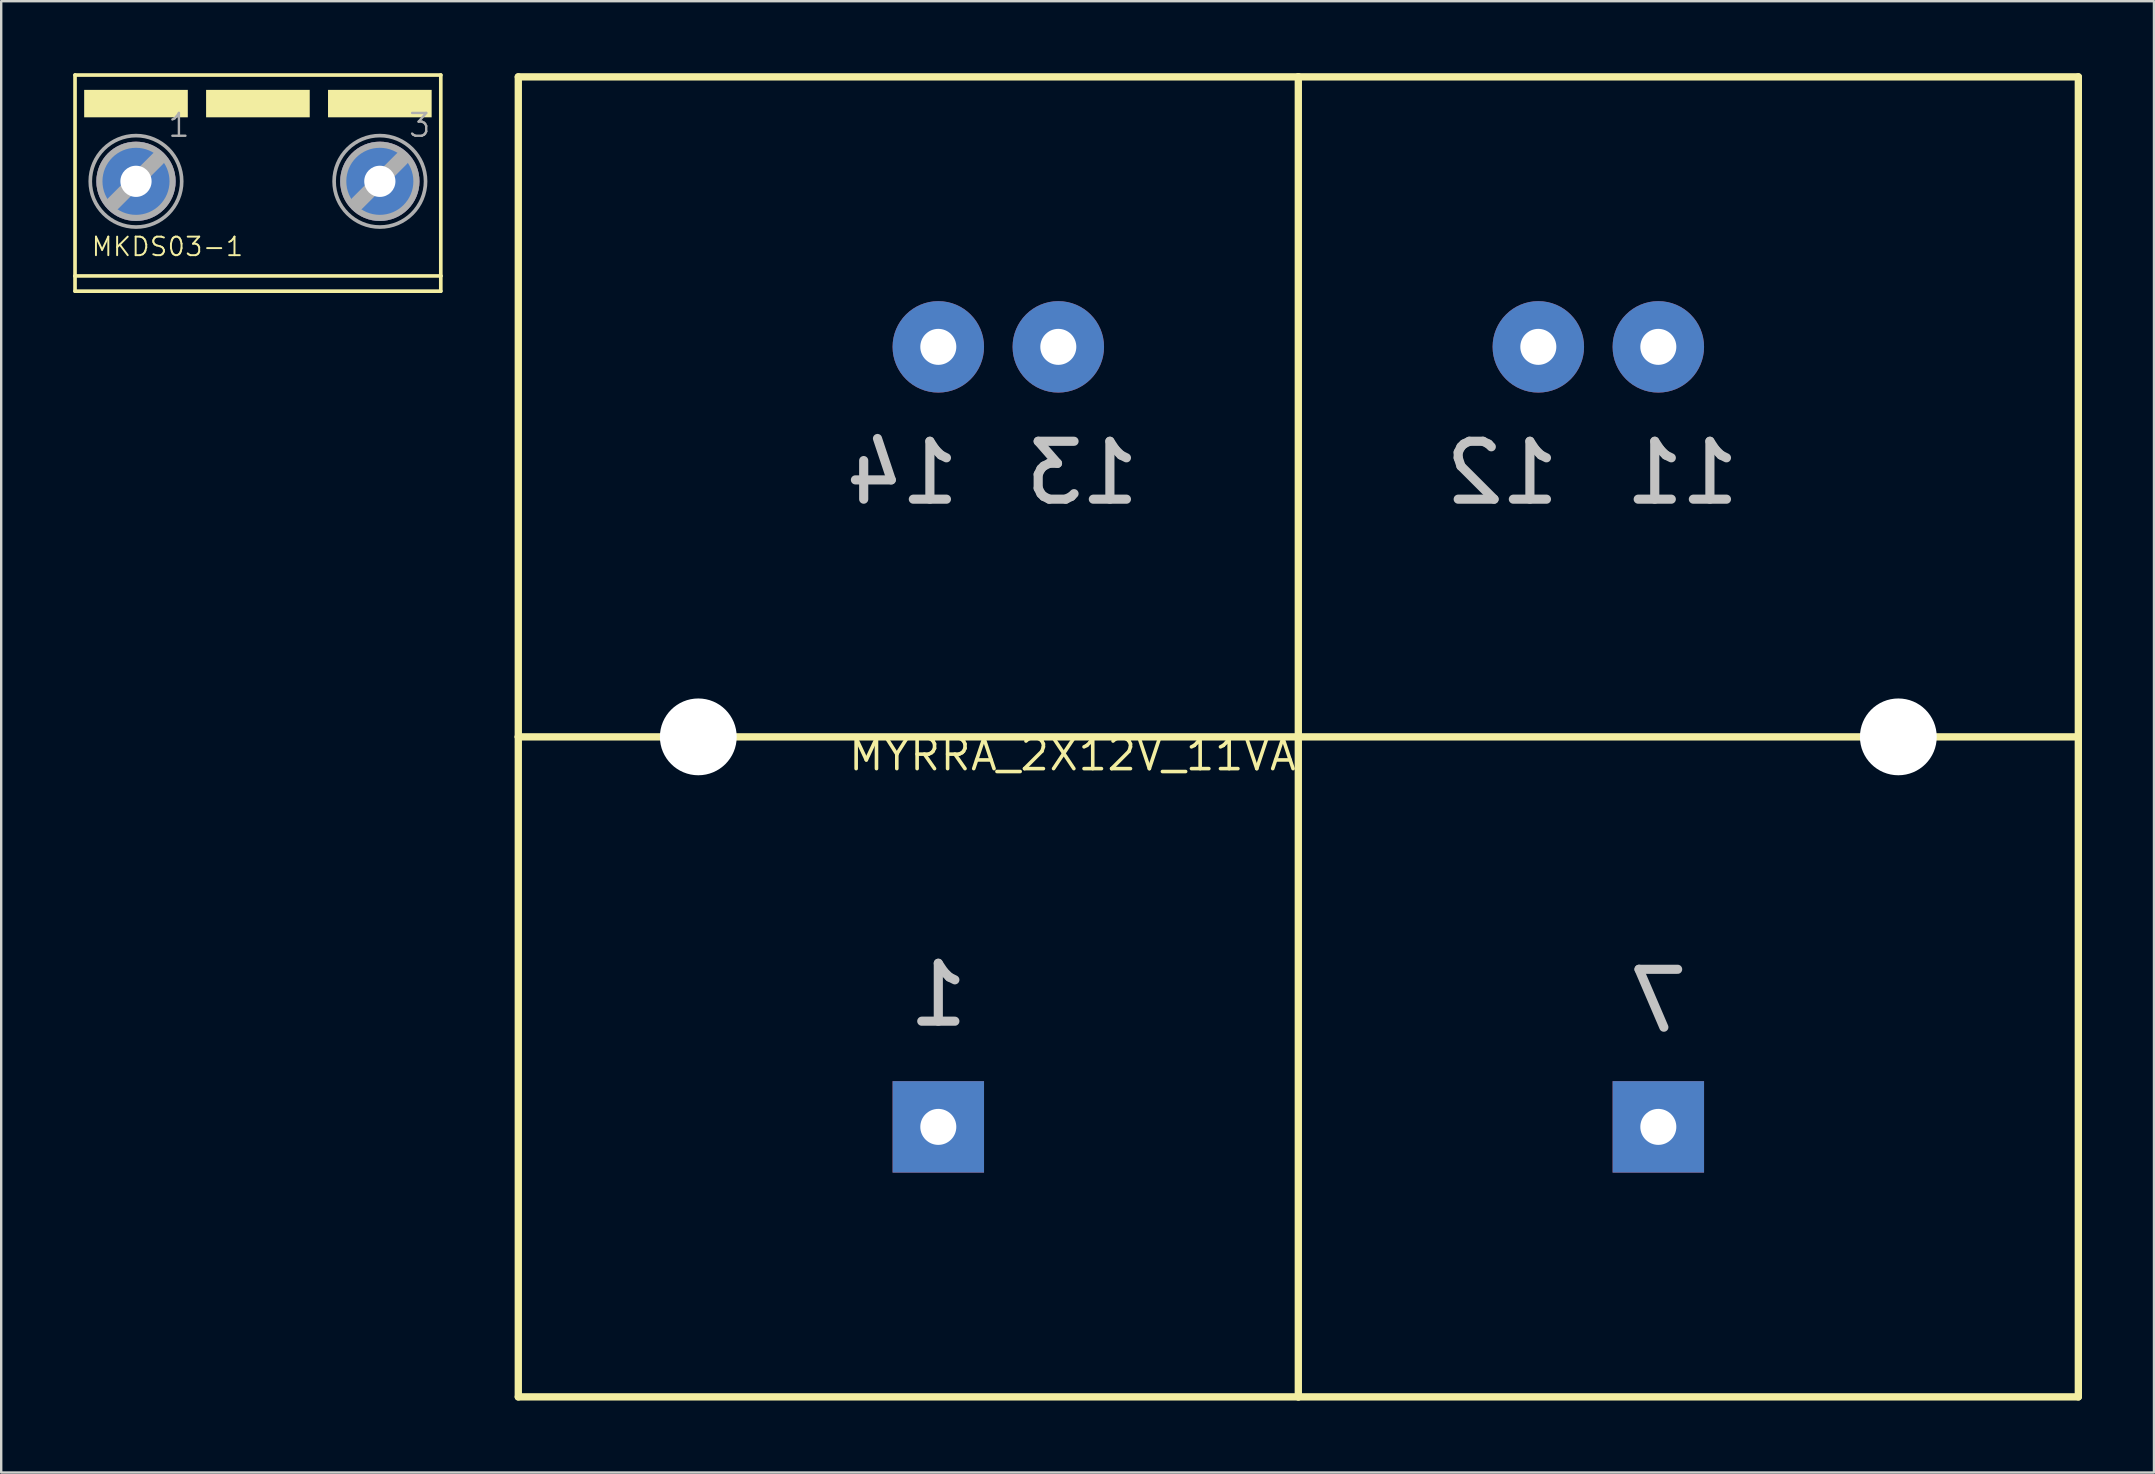
<source format=kicad_pcb>
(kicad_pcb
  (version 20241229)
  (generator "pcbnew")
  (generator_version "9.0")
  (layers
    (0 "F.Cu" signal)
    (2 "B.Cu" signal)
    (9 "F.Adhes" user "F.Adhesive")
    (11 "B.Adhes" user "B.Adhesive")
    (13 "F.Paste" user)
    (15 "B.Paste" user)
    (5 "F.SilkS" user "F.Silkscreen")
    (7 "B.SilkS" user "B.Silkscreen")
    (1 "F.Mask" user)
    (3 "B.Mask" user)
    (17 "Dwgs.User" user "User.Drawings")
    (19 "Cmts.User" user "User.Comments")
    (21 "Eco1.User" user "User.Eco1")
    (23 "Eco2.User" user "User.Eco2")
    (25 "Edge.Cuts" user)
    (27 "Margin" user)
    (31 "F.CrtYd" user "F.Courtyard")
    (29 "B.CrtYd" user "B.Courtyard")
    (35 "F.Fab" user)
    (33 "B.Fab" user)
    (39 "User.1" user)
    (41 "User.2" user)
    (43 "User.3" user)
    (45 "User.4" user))
  (footprint "MYRRA_2X12V_11VA"
    (layer "F.Cu")
    (at 51.045 27.652)
    (property "Reference" "MYRRA_2X12V_11VA" (at 0 0 0) (layer "F.SilkS") (effects (font (size 1.27 1.27) (thickness 0.15)) (justify right top)))
    (attr through_hole)
    (fp_line (start -32.5 0) (end -32.5 -27.5) (stroke (width 0.305) (type solid)) (layer "F.SilkS"))
    (fp_line (start -32.5 27.5) (end -32.5 0) (stroke (width 0.305) (type solid)) (layer "F.SilkS"))
    (fp_line (start -32.5 27.5) (end 0 27.5) (stroke (width 0.305) (type solid)) (layer "F.SilkS"))
    (fp_line (start 0 -27.5) (end -32.5 -27.5) (stroke (width 0.305) (type solid)) (layer "F.SilkS"))
    (fp_line (start 0 27.5) (end 0 -27.5) (stroke (width 0.305) (type solid)) (layer "F.SilkS"))
    (fp_line (start 0 27.5) (end 32.5 27.5) (stroke (width 0.305) (type solid)) (layer "F.SilkS"))
    (fp_line (start 32.5 -27.5) (end 0 -27.5) (stroke (width 0.305) (type solid)) (layer "F.SilkS"))
    (fp_line (start 32.5 0) (end -32.5 0) (stroke (width 0.305) (type solid)) (layer "F.SilkS"))
    (fp_line (start 32.5 0) (end 32.5 -27.5) (stroke (width 0.305) (type solid)) (layer "F.SilkS"))
    (fp_line (start 32.5 27.5) (end 32.5 0) (stroke (width 0.305) (type solid)) (layer "F.SilkS"))
    (fp_text user "14" (at -16.5 -11 0) (layer "Dwgs.User") (effects (font (size 2.413 2.413) (thickness 0.381)) (justify mirror)))
    (fp_text user "7" (at 15 11 0) (layer "Dwgs.User") (effects (font (size 2.413 2.413) (thickness 0.381)) (justify mirror)))
    (fp_text user "11" (at 16 -11 0) (layer "Dwgs.User") (effects (font (size 2.413 2.413) (thickness 0.381)) (justify mirror)))
    (fp_text user "12" (at 8.5 -11 0) (layer "Dwgs.User") (effects (font (size 2.413 2.413) (thickness 0.381)) (justify mirror)))
    (fp_text user "1" (at -15 10.75 0) (layer "Dwgs.User") (effects (font (size 2.413 2.413) (thickness 0.381)) (justify mirror)))
    (fp_text user "13" (at -9 -11 0) (layer "Dwgs.User") (effects (font (size 2.413 2.413) (thickness 0.381)) (justify mirror)))
    (pad "" np_thru_hole circle (at -25 0) (size 3.2 3.2) (drill 3.2) (layers "*.Cu" "*.Mask"))
    (pad "" np_thru_hole circle (at 25 0) (size 3.2 3.2) (drill 3.2) (layers "*.Cu" "*.Mask"))
    (pad "P$1" thru_hole rect (at -15 16.25) (size 3.81 3.81) (drill 1.5) (layers "*.Cu" "*.Mask"))
    (pad "P$2" thru_hole rect (at 15 16.25) (size 3.81 3.81) (drill 1.5) (layers "*.Cu" "*.Mask"))
    (pad "P$3" thru_hole circle (at -15 -16.25) (size 3.81 3.81) (drill 1.5) (layers "*.Cu" "*.Mask"))
    (pad "P$4" thru_hole circle (at -10 -16.25) (size 3.81 3.81) (drill 1.5) (layers "*.Cu" "*.Mask"))
    (pad "P$5" thru_hole circle (at 15 -16.25) (size 3.81 3.81) (drill 1.5) (layers "*.Cu" "*.Mask"))
    (pad "P$6" thru_hole circle (at 10 -16.25) (size 3.81 3.81) (drill 1.5) (layers "*.Cu" "*.Mask"))
    (pad "P$7" thru_hole circle (at -25 0) (size 3 3) (drill 1.6) (layers "*.Cu" "*.Mask"))
    (pad "P$8" thru_hole circle (at 25 0) (size 3 3) (drill 1.6) (layers "*.Cu" "*.Mask")))
  (footprint "MKDS03-1"
    (layer "F.Cu")
    (at 7.696 4.505)
    (property "Reference" "MKDS03-1" (at -6.985 3.175 0) (layer "F.SilkS") (effects (font (size 0.772 0.772) (thickness 0.081)) (justify left bottom)))
    (attr through_hole)
    (fp_line (start -7.62 -4.429) (end -7.62 3.942) (stroke (width 0.152) (type solid)) (layer "F.SilkS"))
    (fp_line (start -7.62 -4.429) (end 7.62 -4.429) (stroke (width 0.152) (type solid)) (layer "F.SilkS"))
    (fp_line (start -7.62 3.942) (end -7.62 4.577) (stroke (width 0.152) (type solid)) (layer "F.SilkS"))
    (fp_line (start -7.62 3.942) (end 7.62 3.942) (stroke (width 0.152) (type solid)) (layer "F.SilkS"))
    (fp_line (start -7.62 4.577) (end 7.62 4.577) (stroke (width 0.152) (type solid)) (layer "F.SilkS"))
    (fp_line (start 7.62 -4.429) (end 7.62 3.942) (stroke (width 0.152) (type solid)) (layer "F.SilkS"))
    (fp_line (start 7.62 3.942) (end 7.62 4.577) (stroke (width 0.152) (type solid)) (layer "F.SilkS"))
    (fp_poly (pts (xy -7.239 -2.667) (xy -2.921 -2.667) (xy -2.921 -3.81) (xy -7.239 -3.81)) (stroke (width 0) (type solid)) (fill yes) (layer "F.SilkS"))
    (fp_poly (pts (xy -2.159 -2.667) (xy 2.159 -2.667) (xy 2.159 -3.81) (xy -2.159 -3.81)) (stroke (width 0) (type solid)) (fill yes) (layer "F.SilkS"))
    (fp_poly (pts (xy 2.921 -2.667) (xy 7.239 -2.667) (xy 7.239 -3.81) (xy 2.921 -3.81)) (stroke (width 0) (type solid)) (fill yes) (layer "F.SilkS"))
    (fp_line (start -6.02 0.914) (end -4.166 -0.94) (stroke (width 0.61) (type solid)) (layer "F.Fab"))
    (fp_line (start 4.14 0.914) (end 5.994 -0.94) (stroke (width 0.61) (type solid)) (layer "F.Fab"))
    (fp_circle (center -5.08 0) (end -3.556 0) (stroke (width 0.254) (type solid)) (fill no) (layer "F.Fab"))
    (fp_circle (center -5.08 0) (end -3.175 0) (stroke (width 0.152) (type solid)) (fill no) (layer "F.Fab"))
    (fp_circle (center 5.08 0) (end 6.604 0) (stroke (width 0.254) (type solid)) (fill no) (layer "F.Fab"))
    (fp_circle (center 5.08 0) (end 6.985 0) (stroke (width 0.152) (type solid)) (fill no) (layer "F.Fab"))
    (fp_text user "1" (at -3.81 -1.778 0) (layer "F.Fab") (effects (font (size 0.95 0.95) (thickness 0.1)) (justify left bottom)))
    (fp_text user "3" (at 6.223 -1.778 0) (layer "F.Fab") (effects (font (size 0.95 0.95) (thickness 0.1)) (justify left bottom)))
    (pad "1" thru_hole circle (at -5.08 0 90) (size 3.302 3.302) (drill 1.3) (layers "*.Cu" "*.Mask"))
    (pad "3" thru_hole circle (at 5.08 0 90) (size 3.302 3.302) (drill 1.3) (layers "*.Cu" "*.Mask")))
  (gr_rect
    (start -3 -3)
    (end 86.697 58.305)
    (stroke (width 0.1) (type default))
    (fill no)
    (layer "Edge.Cuts")))
</source>
